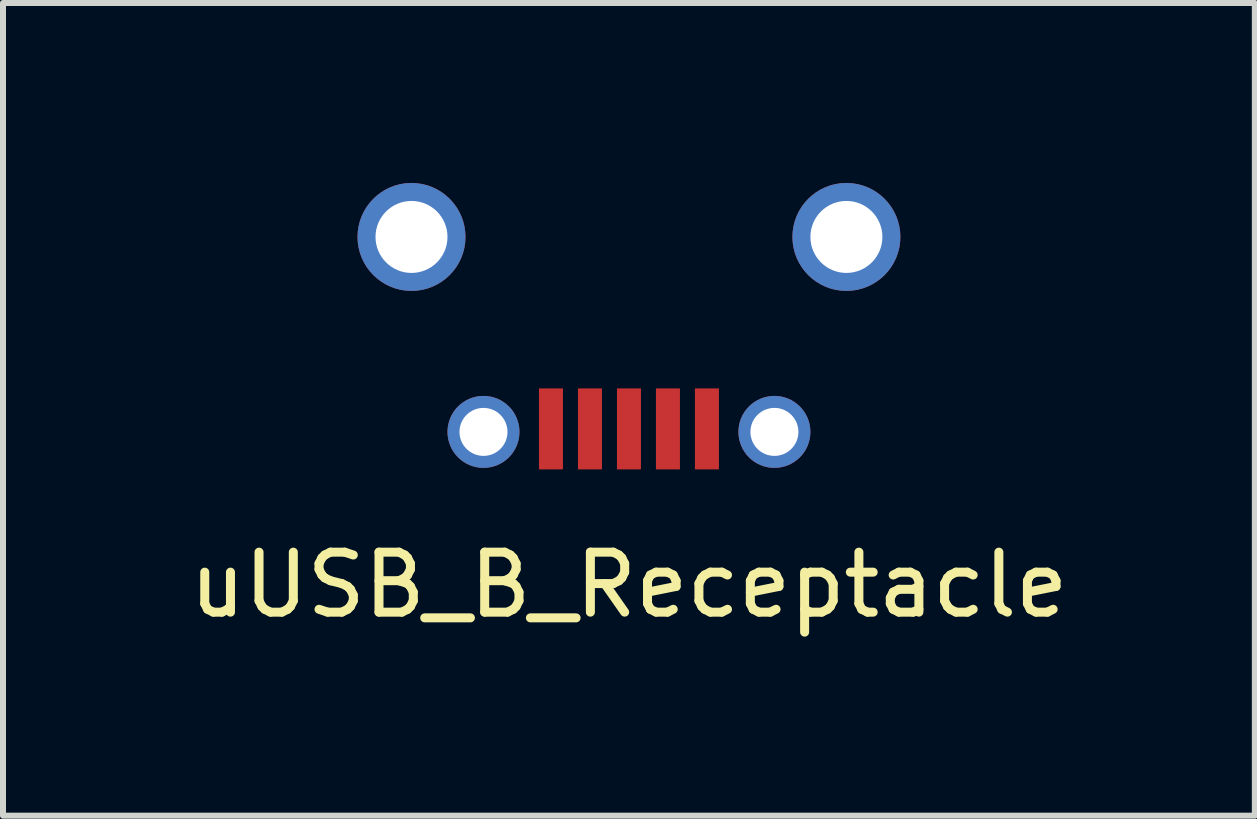
<source format=kicad_pcb>
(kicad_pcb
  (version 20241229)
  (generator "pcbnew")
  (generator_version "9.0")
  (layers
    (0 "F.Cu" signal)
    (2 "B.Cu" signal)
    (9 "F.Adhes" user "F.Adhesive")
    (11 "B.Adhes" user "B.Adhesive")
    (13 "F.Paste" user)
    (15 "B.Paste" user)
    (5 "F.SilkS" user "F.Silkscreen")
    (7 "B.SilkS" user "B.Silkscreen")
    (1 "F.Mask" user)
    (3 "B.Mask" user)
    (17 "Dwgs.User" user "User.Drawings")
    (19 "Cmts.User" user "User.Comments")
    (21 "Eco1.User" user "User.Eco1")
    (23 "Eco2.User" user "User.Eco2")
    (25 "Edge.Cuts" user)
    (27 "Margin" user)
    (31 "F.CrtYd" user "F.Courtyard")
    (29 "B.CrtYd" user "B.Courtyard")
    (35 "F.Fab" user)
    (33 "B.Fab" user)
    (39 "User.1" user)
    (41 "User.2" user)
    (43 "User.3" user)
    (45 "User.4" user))
  (footprint "uUSB_B_Receptacle"
    (layer "F.Cu")
    (at 7.435 0.9)
    (property "Reference" "uUSB_B_Receptacle" (at 0 5.8 0) (layer "F.SilkS") (effects (font (size 1 1) (thickness 0.15))))
    (attr through_hole)
    (pad "" thru_hole circle (at -3.625 0) (size 1.8 1.8) (drill 1.2) (layers "*.Cu" "*.Mask"))
    (pad "" thru_hole circle (at -2.425 3.25) (size 1.2 1.2) (drill 0.8) (layers "*.Cu" "*.Mask"))
    (pad "" thru_hole circle (at 2.425 3.25) (size 1.2 1.2) (drill 0.8) (layers "*.Cu" "*.Mask"))
    (pad "" thru_hole circle (at 3.625 0) (size 1.8 1.8) (drill 1.2) (layers "*.Cu" "*.Mask"))
    (pad "1" smd rect (at 1.3 3.2) (size 0.4 1.35) (layers "F.Cu" "F.Mask" "F.Paste"))
    (pad "2" smd rect (at 0.65 3.2) (size 0.4 1.35) (layers "F.Cu" "F.Mask" "F.Paste"))
    (pad "3" smd rect (at 0 3.2) (size 0.4 1.35) (layers "F.Cu" "F.Mask" "F.Paste"))
    (pad "4" smd rect (at -0.65 3.2) (size 0.4 1.35) (layers "F.Cu" "F.Mask" "F.Paste"))
    (pad "5" smd rect (at -1.3 3.2) (size 0.4 1.35) (layers "F.Cu" "F.Mask" "F.Paste")))
  (gr_rect
    (start -3 -3)
    (end 17.869 10.548)
    (stroke (width 0.1) (type default))
    (fill no)
    (layer "Edge.Cuts")))
</source>
